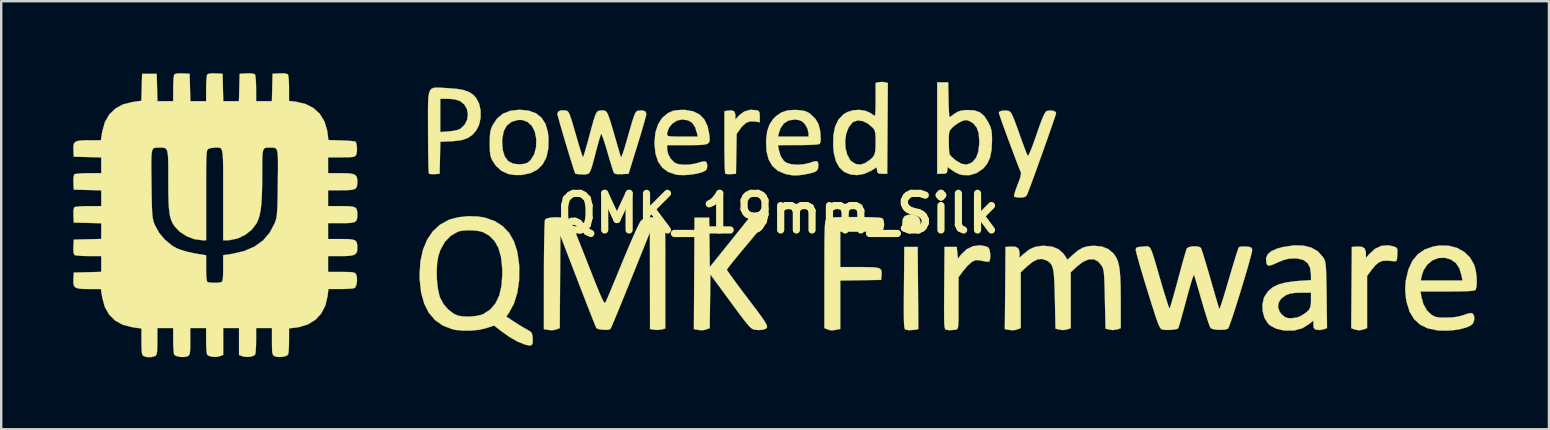
<source format=kicad_pcb>
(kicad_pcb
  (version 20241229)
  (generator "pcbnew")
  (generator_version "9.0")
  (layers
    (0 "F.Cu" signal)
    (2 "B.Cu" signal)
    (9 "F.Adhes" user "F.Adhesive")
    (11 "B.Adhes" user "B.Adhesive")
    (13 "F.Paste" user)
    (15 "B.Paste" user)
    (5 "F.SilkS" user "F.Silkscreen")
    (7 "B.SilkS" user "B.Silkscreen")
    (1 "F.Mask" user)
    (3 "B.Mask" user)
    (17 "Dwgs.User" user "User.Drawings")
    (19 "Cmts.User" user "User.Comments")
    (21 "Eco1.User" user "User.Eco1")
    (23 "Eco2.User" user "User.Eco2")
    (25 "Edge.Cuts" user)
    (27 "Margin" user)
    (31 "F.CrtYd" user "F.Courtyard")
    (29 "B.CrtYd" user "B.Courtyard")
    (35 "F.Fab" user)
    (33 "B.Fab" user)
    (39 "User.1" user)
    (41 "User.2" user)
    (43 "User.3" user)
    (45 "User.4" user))
  (footprint "QMK_19mm_Silk"
    (layer "F.Cu")
    (at 29.361 5.84)
    (property "Reference" "QMK_19mm_Silk" (at 0 0 0) (layer "F.SilkS") (effects (font (size 1.524 1.524) (thickness 0.3))))
    (attr through_hole)
    (fp_poly (pts (xy 5.843 4.814) (xy 5.728 4.845) (xy 5.462 4.866) (xy 5.321 4.842) (xy 5.296 4.83) (xy 5.277 4.801) (xy 5.262 4.746) (xy 5.252 4.654) (xy 5.245 4.515) (xy 5.241 4.319) (xy 5.239 4.056) (xy 5.24 3.714) (xy 5.243 3.286) (xy 5.244 3.108) (xy 5.258 1.397) (xy 5.817 1.397) (xy 5.843 4.814)) (stroke (width 0.01) (type solid)) (fill yes) (layer "F.SilkS"))
    (fp_poly (pts (xy 5.751 0.086) (xy 5.88 0.191) (xy 5.932 0.36) (xy 5.927 0.474) (xy 5.889 0.622) (xy 5.828 0.731) (xy 5.81 0.748) (xy 5.676 0.798) (xy 5.5 0.81) (xy 5.334 0.782) (xy 5.263 0.747) (xy 5.201 0.662) (xy 5.175 0.511) (xy 5.173 0.432) (xy 5.195 0.234) (xy 5.269 0.115) (xy 5.412 0.06) (xy 5.547 0.051) (xy 5.751 0.086)) (stroke (width 0.01) (type solid)) (fill yes) (layer "F.SilkS"))
    (fp_poly (pts (xy -0.896 -4.299) (xy -0.892 -4.298) (xy -0.812 -4.266) (xy -0.773 -4.203) (xy -0.762 -4.079) (xy -0.762 -4.031) (xy -0.762 -3.797) (xy -0.962 -3.829) (xy -1.171 -3.834) (xy -1.345 -3.765) (xy -1.507 -3.612) (xy -1.569 -3.531) (xy -1.725 -3.314) (xy -1.753 -1.651) (xy -1.958 -1.636) (xy -2.096 -1.635) (xy -2.187 -1.65) (xy -2.199 -1.657) (xy -2.209 -1.716) (xy -2.218 -1.862) (xy -2.225 -2.082) (xy -2.231 -2.361) (xy -2.234 -2.686) (xy -2.235 -2.974) (xy -2.235 -4.255) (xy -2.103 -4.281) (xy -1.925 -4.293) (xy -1.82 -4.243) (xy -1.779 -4.124) (xy -1.778 -4.084) (xy -1.778 -3.913) (xy -1.613 -4.093) (xy -1.408 -4.245) (xy -1.16 -4.316) (xy -0.896 -4.299)) (stroke (width 0.01) (type solid)) (fill yes) (layer "F.SilkS"))
    (fp_poly (pts (xy 25.649 1.377) (xy 25.741 1.415) (xy 25.787 1.463) (xy 25.802 1.553) (xy 25.796 1.713) (xy 25.796 1.72) (xy 25.785 1.882) (xy 25.764 1.966) (xy 25.721 1.994) (xy 25.654 1.991) (xy 25.384 1.967) (xy 25.184 1.978) (xy 25.027 2.037) (xy 24.884 2.157) (xy 24.726 2.348) (xy 24.682 2.408) (xy 24.536 2.606) (xy 24.536 4.778) (xy 24.406 4.827) (xy 24.211 4.871) (xy 24.021 4.836) (xy 23.99 4.824) (xy 23.875 4.778) (xy 23.901 1.397) (xy 24.121 1.381) (xy 24.314 1.389) (xy 24.43 1.453) (xy 24.481 1.583) (xy 24.487 1.67) (xy 24.488 1.854) (xy 24.627 1.693) (xy 24.869 1.474) (xy 25.135 1.351) (xy 25.418 1.327) (xy 25.649 1.377)) (stroke (width 0.01) (type solid)) (fill yes) (layer "F.SilkS"))
    (fp_poly (pts (xy 8.44 1.333) (xy 8.602 1.36) (xy 8.728 1.401) (xy 8.761 1.421) (xy 8.806 1.505) (xy 8.833 1.644) (xy 8.84 1.799) (xy 8.827 1.932) (xy 8.79 2.006) (xy 8.79 2.006) (xy 8.713 2.013) (xy 8.582 1.993) (xy 8.529 1.98) (xy 8.369 1.95) (xy 8.232 1.946) (xy 8.205 1.951) (xy 8.065 2.025) (xy 7.895 2.179) (xy 7.708 2.399) (xy 7.663 2.459) (xy 7.518 2.657) (xy 7.518 3.735) (xy 7.518 4.092) (xy 7.517 4.361) (xy 7.512 4.554) (xy 7.504 4.684) (xy 7.49 4.766) (xy 7.469 4.811) (xy 7.441 4.833) (xy 7.404 4.845) (xy 7.139 4.866) (xy 6.997 4.842) (xy 6.973 4.83) (xy 6.954 4.801) (xy 6.939 4.746) (xy 6.928 4.654) (xy 6.921 4.515) (xy 6.917 4.319) (xy 6.916 4.056) (xy 6.917 3.714) (xy 6.919 3.286) (xy 6.921 3.108) (xy 6.934 1.397) (xy 7.442 1.397) (xy 7.493 1.881) (xy 7.635 1.702) (xy 7.859 1.491) (xy 8.121 1.364) (xy 8.404 1.33) (xy 8.44 1.333)) (stroke (width 0.01) (type solid)) (fill yes) (layer "F.SilkS"))
    (fp_poly (pts (xy 3.599 0.154) (xy 3.91 0.161) (xy 4.134 0.171) (xy 4.279 0.187) (xy 4.352 0.208) (xy 4.359 0.213) (xy 4.403 0.314) (xy 4.418 0.462) (xy 4.402 0.608) (xy 4.359 0.701) (xy 4.291 0.727) (xy 4.144 0.745) (xy 3.91 0.756) (xy 3.583 0.762) (xy 3.444 0.762) (xy 2.591 0.762) (xy 2.591 2.235) (xy 3.397 2.235) (xy 3.727 2.237) (xy 3.968 2.245) (xy 4.135 2.264) (xy 4.239 2.299) (xy 4.294 2.355) (xy 4.313 2.437) (xy 4.31 2.55) (xy 4.309 2.575) (xy 4.293 2.769) (xy 2.591 2.796) (xy 2.591 4.813) (xy 2.432 4.845) (xy 2.277 4.87) (xy 2.167 4.865) (xy 2.05 4.826) (xy 2.045 4.824) (xy 1.93 4.778) (xy 1.93 2.545) (xy 1.931 2.004) (xy 1.932 1.555) (xy 1.934 1.19) (xy 1.938 0.9) (xy 1.944 0.676) (xy 1.952 0.509) (xy 1.962 0.39) (xy 1.975 0.31) (xy 1.991 0.26) (xy 2.01 0.232) (xy 2.05 0.205) (xy 2.119 0.185) (xy 2.228 0.171) (xy 2.391 0.161) (xy 2.621 0.155) (xy 2.931 0.153) (xy 3.194 0.152) (xy 3.599 0.154)) (stroke (width 0.01) (type solid)) (fill yes) (layer "F.SilkS"))
    (fp_poly (pts (xy -14.07 -5.237) (xy -13.877 -5.225) (xy -13.771 -5.219) (xy -13.391 -5.19) (xy -13.096 -5.137) (xy -12.869 -5.055) (xy -12.693 -4.937) (xy -12.579 -4.813) (xy -12.452 -4.57) (xy -12.39 -4.28) (xy -12.392 -3.972) (xy -12.459 -3.678) (xy -12.572 -3.456) (xy -12.739 -3.265) (xy -12.945 -3.132) (xy -13.207 -3.049) (xy -13.545 -3.009) (xy -13.6 -3.006) (xy -14.069 -2.985) (xy -14.083 -2.318) (xy -14.097 -1.651) (xy -14.302 -1.636) (xy -14.44 -1.635) (xy -14.531 -1.65) (xy -14.543 -1.657) (xy -14.552 -1.715) (xy -14.56 -1.862) (xy -14.567 -2.087) (xy -14.572 -2.377) (xy -14.577 -2.721) (xy -14.579 -3.106) (xy -14.58 -3.39) (xy -14.072 -3.39) (xy -13.718 -3.415) (xy -13.503 -3.442) (xy -13.326 -3.485) (xy -13.236 -3.524) (xy -13.057 -3.693) (xy -12.952 -3.901) (xy -12.92 -4.127) (xy -12.96 -4.348) (xy -13.072 -4.541) (xy -13.256 -4.685) (xy -13.259 -4.686) (xy -13.462 -4.75) (xy -13.728 -4.775) (xy -13.754 -4.775) (xy -14.072 -4.775) (xy -14.072 -3.39) (xy -14.58 -3.39) (xy -14.58 -3.41) (xy -14.581 -3.894) (xy -14.582 -4.286) (xy -14.578 -4.595) (xy -14.566 -4.831) (xy -14.54 -5.003) (xy -14.497 -5.12) (xy -14.433 -5.193) (xy -14.343 -5.231) (xy -14.224 -5.242) (xy -14.07 -5.237)) (stroke (width 0.01) (type solid)) (fill yes) (layer "F.SilkS"))
    (fp_poly (pts (xy -10.391 -4.281) (xy -10.089 -4.172) (xy -9.855 -3.989) (xy -9.689 -3.73) (xy -9.59 -3.395) (xy -9.561 -3.142) (xy -9.569 -2.707) (xy -9.65 -2.342) (xy -9.801 -2.048) (xy -10.024 -1.826) (xy -10.316 -1.677) (xy -10.677 -1.603) (xy -10.696 -1.601) (xy -10.954 -1.6) (xy -11.198 -1.633) (xy -11.242 -1.644) (xy -11.526 -1.776) (xy -11.763 -1.995) (xy -11.903 -2.21) (xy -11.956 -2.326) (xy -11.989 -2.454) (xy -12.006 -2.621) (xy -12.011 -2.855) (xy -12.011 -2.921) (xy -12.01 -2.983) (xy -11.494 -2.983) (xy -11.467 -2.632) (xy -11.382 -2.364) (xy -11.239 -2.178) (xy -11.035 -2.072) (xy -10.77 -2.044) (xy -10.723 -2.047) (xy -10.544 -2.07) (xy -10.423 -2.119) (xy -10.318 -2.212) (xy -10.306 -2.225) (xy -10.156 -2.468) (xy -10.078 -2.771) (xy -10.073 -3.111) (xy -10.136 -3.415) (xy -10.26 -3.652) (xy -10.437 -3.813) (xy -10.659 -3.892) (xy -10.841 -3.893) (xy -11.1 -3.817) (xy -11.295 -3.664) (xy -11.424 -3.434) (xy -11.487 -3.13) (xy -11.494 -2.983) (xy -12.01 -2.983) (xy -12.007 -3.175) (xy -11.992 -3.358) (xy -11.962 -3.5) (xy -11.911 -3.631) (xy -11.892 -3.672) (xy -11.705 -3.954) (xy -11.459 -4.155) (xy -11.152 -4.276) (xy -10.781 -4.318) (xy -10.764 -4.318) (xy -10.391 -4.281)) (stroke (width 0.01) (type solid)) (fill yes) (layer "F.SilkS"))
    (fp_poly (pts (xy -0.627 0.178) (xy -0.58 0.221) (xy -0.577 0.229) (xy -0.565 0.281) (xy -0.574 0.342) (xy -0.608 0.422) (xy -0.677 0.531) (xy -0.785 0.678) (xy -0.94 0.873) (xy -1.149 1.127) (xy -1.392 1.417) (xy -1.605 1.673) (xy -1.794 1.903) (xy -1.95 2.097) (xy -2.063 2.243) (xy -2.125 2.329) (xy -2.134 2.346) (xy -2.104 2.397) (xy -2.021 2.517) (xy -1.893 2.696) (xy -1.727 2.921) (xy -1.533 3.181) (xy -1.354 3.418) (xy -1.093 3.763) (xy -0.887 4.036) (xy -0.731 4.249) (xy -0.617 4.41) (xy -0.539 4.529) (xy -0.491 4.615) (xy -0.466 4.678) (xy -0.458 4.728) (xy -0.457 4.74) (xy -0.503 4.802) (xy -0.623 4.844) (xy -0.79 4.859) (xy -0.96 4.846) (xy -1.019 4.833) (xy -1.076 4.807) (xy -1.14 4.759) (xy -1.219 4.68) (xy -1.321 4.561) (xy -1.454 4.392) (xy -1.626 4.164) (xy -1.845 3.868) (xy -1.984 3.679) (xy -2.819 2.542) (xy -2.833 3.66) (xy -2.847 4.778) (xy -2.976 4.828) (xy -3.105 4.863) (xy -3.243 4.864) (xy -3.391 4.841) (xy -3.506 4.819) (xy -3.493 2.498) (xy -3.48 0.178) (xy -2.87 0.178) (xy -2.856 1.206) (xy -2.843 2.234) (xy -2.018 1.206) (xy -1.194 0.178) (xy -0.901 0.163) (xy -0.726 0.16) (xy -0.627 0.178)) (stroke (width 0.01) (type solid)) (fill yes) (layer "F.SilkS"))
    (fp_poly (pts (xy 4.446 -5.465) (xy 4.573 -5.433) (xy 4.56 -3.542) (xy 4.547 -1.651) (xy 4.343 -1.651) (xy 4.211 -1.659) (xy 4.149 -1.694) (xy 4.126 -1.777) (xy 4.125 -1.787) (xy 4.109 -1.922) (xy 3.871 -1.775) (xy 3.59 -1.648) (xy 3.29 -1.596) (xy 3.016 -1.621) (xy 2.755 -1.73) (xy 2.555 -1.912) (xy 2.412 -2.17) (xy 2.325 -2.509) (xy 2.296 -2.806) (xy 2.3 -3.035) (xy 2.797 -3.035) (xy 2.808 -2.739) (xy 2.874 -2.463) (xy 2.996 -2.236) (xy 3.049 -2.176) (xy 3.231 -2.059) (xy 3.436 -2.034) (xy 3.639 -2.103) (xy 3.659 -2.116) (xy 3.838 -2.242) (xy 3.955 -2.351) (xy 4.022 -2.469) (xy 4.054 -2.626) (xy 4.064 -2.846) (xy 4.064 -2.948) (xy 4.062 -3.181) (xy 4.052 -3.337) (xy 4.029 -3.44) (xy 3.99 -3.514) (xy 3.946 -3.567) (xy 3.737 -3.746) (xy 3.521 -3.849) (xy 3.315 -3.873) (xy 3.135 -3.813) (xy 3.089 -3.777) (xy 2.938 -3.581) (xy 2.84 -3.324) (xy 2.797 -3.035) (xy 2.3 -3.035) (xy 2.304 -3.249) (xy 2.376 -3.615) (xy 2.514 -3.906) (xy 2.717 -4.122) (xy 2.879 -4.22) (xy 3.121 -4.296) (xy 3.388 -4.314) (xy 3.643 -4.275) (xy 3.85 -4.181) (xy 3.859 -4.175) (xy 3.964 -4.102) (xy 4.031 -4.065) (xy 4.037 -4.064) (xy 4.047 -4.112) (xy 4.055 -4.242) (xy 4.061 -4.438) (xy 4.064 -4.679) (xy 4.064 -4.749) (xy 4.064 -5.434) (xy 4.191 -5.466) (xy 4.344 -5.478) (xy 4.446 -5.465)) (stroke (width 0.01) (type solid)) (fill yes) (layer "F.SilkS"))
    (fp_poly (pts (xy 0.823 -4.305) (xy 1.032 -4.283) (xy 1.178 -4.244) (xy 1.301 -4.175) (xy 1.362 -4.129) (xy 1.555 -3.94) (xy 1.679 -3.732) (xy 1.747 -3.474) (xy 1.767 -3.293) (xy 1.776 -3.088) (xy 1.765 -2.964) (xy 1.733 -2.9) (xy 1.722 -2.891) (xy 1.649 -2.876) (xy 1.493 -2.863) (xy 1.274 -2.853) (xy 1.009 -2.847) (xy 0.823 -2.846) (xy -0.005 -2.845) (xy 0.03 -2.654) (xy 0.11 -2.381) (xy 0.24 -2.192) (xy 0.362 -2.105) (xy 0.549 -2.048) (xy 0.793 -2.028) (xy 1.055 -2.045) (xy 1.297 -2.1) (xy 1.314 -2.106) (xy 1.497 -2.165) (xy 1.606 -2.178) (xy 1.659 -2.139) (xy 1.676 -2.042) (xy 1.676 -1.987) (xy 1.665 -1.871) (xy 1.618 -1.787) (xy 1.52 -1.724) (xy 1.353 -1.673) (xy 1.123 -1.626) (xy 0.841 -1.586) (xy 0.604 -1.587) (xy 0.361 -1.629) (xy 0.292 -1.647) (xy -0.006 -1.773) (xy -0.235 -1.973) (xy -0.393 -2.247) (xy -0.482 -2.594) (xy -0.5 -3.013) (xy -0.497 -3.069) (xy -0.481 -3.2) (xy -0.002 -3.2) (xy 1.27 -3.2) (xy 1.27 -3.33) (xy 1.229 -3.523) (xy 1.125 -3.712) (xy 1.005 -3.832) (xy 0.878 -3.886) (xy 0.717 -3.911) (xy 0.697 -3.912) (xy 0.44 -3.871) (xy 0.242 -3.75) (xy 0.101 -3.545) (xy 0.032 -3.34) (xy -0.002 -3.2) (xy -0.481 -3.2) (xy -0.454 -3.417) (xy -0.362 -3.694) (xy -0.211 -3.923) (xy -0.084 -4.051) (xy 0.135 -4.203) (xy 0.379 -4.288) (xy 0.673 -4.312) (xy 0.823 -4.305)) (stroke (width 0.01) (type solid)) (fill yes) (layer "F.SilkS"))
    (fp_poly (pts (xy 11.463 -4.275) (xy 11.558 -4.229) (xy 11.582 -4.181) (xy 11.566 -4.118) (xy 11.519 -3.974) (xy 11.447 -3.761) (xy 11.354 -3.493) (xy 11.246 -3.183) (xy 11.127 -2.846) (xy 11.002 -2.494) (xy 10.875 -2.141) (xy 10.752 -1.8) (xy 10.638 -1.485) (xy 10.537 -1.21) (xy 10.453 -0.988) (xy 10.393 -0.832) (xy 10.36 -0.756) (xy 10.293 -0.691) (xy 10.167 -0.663) (xy 10.085 -0.66) (xy 9.942 -0.67) (xy 9.848 -0.696) (xy 9.831 -0.709) (xy 9.836 -0.774) (xy 9.874 -0.909) (xy 9.938 -1.091) (xy 9.979 -1.197) (xy 10.069 -1.433) (xy 10.114 -1.595) (xy 10.119 -1.696) (xy 10.109 -1.728) (xy 10.074 -1.807) (xy 10.012 -1.963) (xy 9.929 -2.178) (xy 9.831 -2.437) (xy 9.723 -2.724) (xy 9.611 -3.024) (xy 9.502 -3.321) (xy 9.401 -3.598) (xy 9.314 -3.84) (xy 9.247 -4.032) (xy 9.206 -4.157) (xy 9.195 -4.198) (xy 9.239 -4.251) (xy 9.35 -4.282) (xy 9.492 -4.287) (xy 9.593 -4.271) (xy 9.644 -4.25) (xy 9.69 -4.207) (xy 9.739 -4.13) (xy 9.797 -4.004) (xy 9.871 -3.816) (xy 9.967 -3.554) (xy 10.039 -3.351) (xy 10.141 -3.066) (xy 10.234 -2.812) (xy 10.312 -2.605) (xy 10.368 -2.462) (xy 10.396 -2.4) (xy 10.428 -2.42) (xy 10.488 -2.536) (xy 10.574 -2.749) (xy 10.687 -3.057) (xy 10.764 -3.279) (xy 10.882 -3.618) (xy 10.976 -3.872) (xy 11.05 -4.053) (xy 11.109 -4.171) (xy 11.158 -4.239) (xy 11.198 -4.266) (xy 11.331 -4.29) (xy 11.463 -4.275)) (stroke (width 0.01) (type solid)) (fill yes) (layer "F.SilkS"))
    (fp_poly (pts (xy -3.863 -4.31) (xy -3.532 -4.252) (xy -3.268 -4.121) (xy -3.069 -3.913) (xy -2.935 -3.627) (xy -2.865 -3.29) (xy -2.849 -3.136) (xy -2.851 -3.023) (xy -2.884 -2.944) (xy -2.959 -2.892) (xy -3.091 -2.863) (xy -3.291 -2.849) (xy -3.572 -2.845) (xy -3.791 -2.845) (xy -4.623 -2.845) (xy -4.623 -2.68) (xy -4.58 -2.476) (xy -4.469 -2.274) (xy -4.313 -2.117) (xy -4.298 -2.107) (xy -4.143 -2.05) (xy -3.926 -2.027) (xy -3.677 -2.037) (xy -3.43 -2.08) (xy -3.332 -2.109) (xy -3.178 -2.152) (xy -3.056 -2.169) (xy -3.018 -2.164) (xy -2.966 -2.098) (xy -2.948 -1.981) (xy -2.966 -1.861) (xy -3.01 -1.792) (xy -3.154 -1.72) (xy -3.368 -1.66) (xy -3.623 -1.618) (xy -3.887 -1.597) (xy -4.129 -1.6) (xy -4.267 -1.62) (xy -4.58 -1.729) (xy -4.822 -1.908) (xy -4.997 -2.158) (xy -5.104 -2.483) (xy -5.146 -2.884) (xy -5.147 -2.972) (xy -5.115 -3.305) (xy -4.623 -3.305) (xy -4.618 -3.261) (xy -4.591 -3.232) (xy -4.526 -3.214) (xy -4.407 -3.205) (xy -4.217 -3.201) (xy -3.982 -3.2) (xy -3.342 -3.2) (xy -3.374 -3.34) (xy -3.461 -3.604) (xy -3.583 -3.779) (xy -3.753 -3.878) (xy -3.983 -3.911) (xy -4.004 -3.912) (xy -4.214 -3.866) (xy -4.402 -3.744) (xy -4.545 -3.57) (xy -4.618 -3.368) (xy -4.623 -3.305) (xy -5.115 -3.305) (xy -5.109 -3.37) (xy -5.001 -3.708) (xy -4.828 -3.979) (xy -4.592 -4.177) (xy -4.394 -4.267) (xy -4.242 -4.297) (xy -4.038 -4.312) (xy -3.863 -4.31)) (stroke (width 0.01) (type solid)) (fill yes) (layer "F.SilkS"))
    (fp_poly (pts (xy 27.929 1.345) (xy 28.277 1.434) (xy 28.577 1.598) (xy 28.818 1.829) (xy 28.987 2.12) (xy 29.027 2.232) (xy 29.072 2.436) (xy 29.099 2.66) (xy 29.106 2.877) (xy 29.093 3.057) (xy 29.06 3.174) (xy 29.047 3.19) (xy 28.99 3.212) (xy 28.862 3.229) (xy 28.656 3.241) (xy 28.365 3.248) (xy 27.982 3.251) (xy 27.875 3.251) (xy 26.763 3.251) (xy 26.797 3.467) (xy 26.883 3.78) (xy 27.027 4.038) (xy 27.212 4.216) (xy 27.318 4.28) (xy 27.426 4.318) (xy 27.565 4.336) (xy 27.768 4.341) (xy 27.835 4.341) (xy 28.144 4.327) (xy 28.398 4.282) (xy 28.571 4.228) (xy 28.757 4.167) (xy 28.874 4.15) (xy 28.939 4.173) (xy 28.995 4.276) (xy 29.001 4.425) (xy 28.957 4.571) (xy 28.855 4.667) (xy 28.673 4.75) (xy 28.429 4.816) (xy 28.145 4.862) (xy 27.839 4.883) (xy 27.533 4.876) (xy 27.441 4.867) (xy 27.057 4.785) (xy 26.742 4.631) (xy 26.494 4.402) (xy 26.31 4.097) (xy 26.188 3.711) (xy 26.156 3.533) (xy 26.125 3.201) (xy 26.14 2.882) (xy 26.152 2.794) (xy 26.774 2.794) (xy 28.51 2.794) (xy 28.475 2.603) (xy 28.383 2.294) (xy 28.234 2.066) (xy 28.025 1.918) (xy 27.77 1.847) (xy 27.501 1.858) (xy 27.253 1.958) (xy 27.043 2.133) (xy 26.886 2.372) (xy 26.804 2.629) (xy 26.774 2.794) (xy 26.152 2.794) (xy 26.155 2.769) (xy 26.258 2.333) (xy 26.423 1.976) (xy 26.652 1.698) (xy 26.946 1.498) (xy 27.306 1.375) (xy 27.548 1.338) (xy 27.929 1.345)) (stroke (width 0.01) (type solid)) (fill yes) (layer "F.SilkS"))
    (fp_poly (pts (xy 7.101 -4.737) (xy 7.108 -4.479) (xy 7.117 -4.262) (xy 7.127 -4.103) (xy 7.138 -4.021) (xy 7.142 -4.013) (xy 7.196 -4.041) (xy 7.298 -4.112) (xy 7.351 -4.152) (xy 7.481 -4.234) (xy 7.622 -4.281) (xy 7.815 -4.303) (xy 7.868 -4.306) (xy 8.168 -4.293) (xy 8.401 -4.214) (xy 8.588 -4.058) (xy 8.749 -3.812) (xy 8.76 -3.79) (xy 8.835 -3.633) (xy 8.88 -3.497) (xy 8.904 -3.346) (xy 8.912 -3.144) (xy 8.912 -3.029) (xy 8.893 -2.638) (xy 8.829 -2.325) (xy 8.716 -2.076) (xy 8.55 -1.874) (xy 8.535 -1.861) (xy 8.268 -1.68) (xy 7.978 -1.592) (xy 7.68 -1.6) (xy 7.544 -1.636) (xy 7.398 -1.704) (xy 7.244 -1.799) (xy 7.23 -1.81) (xy 7.068 -1.93) (xy 7.052 -1.791) (xy 7.031 -1.7) (xy 6.974 -1.661) (xy 6.851 -1.651) (xy 6.833 -1.651) (xy 6.629 -1.651) (xy 6.629 -2.991) (xy 7.112 -2.991) (xy 7.116 -2.78) (xy 7.125 -2.602) (xy 7.138 -2.486) (xy 7.144 -2.465) (xy 7.2 -2.39) (xy 7.311 -2.284) (xy 7.405 -2.207) (xy 7.631 -2.072) (xy 7.834 -2.034) (xy 8.022 -2.091) (xy 8.115 -2.156) (xy 8.251 -2.323) (xy 8.338 -2.557) (xy 8.378 -2.87) (xy 8.382 -3.029) (xy 8.356 -3.343) (xy 8.274 -3.58) (xy 8.133 -3.749) (xy 8.014 -3.825) (xy 7.887 -3.88) (xy 7.79 -3.887) (xy 7.667 -3.848) (xy 7.637 -3.835) (xy 7.471 -3.744) (xy 7.307 -3.622) (xy 7.277 -3.594) (xy 7.198 -3.513) (xy 7.149 -3.439) (xy 7.123 -3.344) (xy 7.114 -3.203) (xy 7.112 -2.991) (xy 6.629 -2.991) (xy 6.629 -5.461) (xy 7.087 -5.461) (xy 7.101 -4.737)) (stroke (width 0.01) (type solid)) (fill yes) (layer "F.SilkS"))
    (fp_poly (pts (xy 13.489 1.38) (xy 13.755 1.484) (xy 13.967 1.664) (xy 14.005 1.71) (xy 14.085 1.832) (xy 14.148 1.974) (xy 14.196 2.147) (xy 14.231 2.367) (xy 14.254 2.644) (xy 14.268 2.992) (xy 14.273 3.423) (xy 14.274 3.621) (xy 14.275 4.778) (xy 14.135 4.832) (xy 13.947 4.861) (xy 13.818 4.843) (xy 13.64 4.801) (xy 13.614 3.581) (xy 13.606 3.193) (xy 13.597 2.893) (xy 13.587 2.667) (xy 13.574 2.501) (xy 13.557 2.381) (xy 13.535 2.293) (xy 13.507 2.225) (xy 13.485 2.184) (xy 13.332 2) (xy 13.148 1.91) (xy 12.937 1.916) (xy 12.702 2.017) (xy 12.448 2.213) (xy 12.44 2.221) (xy 12.192 2.452) (xy 12.192 4.778) (xy 12.052 4.832) (xy 11.864 4.861) (xy 11.735 4.843) (xy 11.557 4.801) (xy 11.532 3.581) (xy 11.521 3.155) (xy 11.508 2.818) (xy 11.49 2.558) (xy 11.464 2.362) (xy 11.427 2.219) (xy 11.376 2.116) (xy 11.309 2.041) (xy 11.223 1.981) (xy 11.169 1.952) (xy 10.988 1.895) (xy 10.803 1.917) (xy 10.6 2.022) (xy 10.391 2.191) (xy 10.109 2.449) (xy 10.109 4.778) (xy 9.979 4.827) (xy 9.849 4.863) (xy 9.711 4.864) (xy 9.562 4.841) (xy 9.447 4.819) (xy 9.461 3.108) (xy 9.474 1.397) (xy 9.694 1.381) (xy 9.887 1.389) (xy 10.003 1.453) (xy 10.053 1.583) (xy 10.058 1.667) (xy 10.058 1.849) (xy 10.223 1.692) (xy 10.465 1.501) (xy 10.713 1.392) (xy 11.004 1.35) (xy 11.074 1.349) (xy 11.411 1.383) (xy 11.68 1.49) (xy 11.885 1.672) (xy 11.933 1.739) (xy 12.056 1.929) (xy 12.27 1.731) (xy 12.496 1.542) (xy 12.7 1.425) (xy 12.915 1.365) (xy 13.157 1.348) (xy 13.489 1.38)) (stroke (width 0.01) (type solid)) (fill yes) (layer "F.SilkS"))
    (fp_poly (pts (xy 21.879 1.34) (xy 22.217 1.426) (xy 22.493 1.588) (xy 22.704 1.825) (xy 22.745 1.894) (xy 22.773 1.955) (xy 22.794 2.035) (xy 22.811 2.145) (xy 22.824 2.299) (xy 22.834 2.51) (xy 22.841 2.789) (xy 22.848 3.15) (xy 22.851 3.416) (xy 22.867 4.775) (xy 22.728 4.828) (xy 22.571 4.857) (xy 22.445 4.849) (xy 22.347 4.813) (xy 22.307 4.74) (xy 22.301 4.64) (xy 22.301 4.461) (xy 22.139 4.598) (xy 21.845 4.781) (xy 21.506 4.875) (xy 21.118 4.879) (xy 21.055 4.872) (xy 20.745 4.799) (xy 20.502 4.671) (xy 20.411 4.588) (xy 20.267 4.36) (xy 20.188 4.084) (xy 20.181 3.909) (xy 20.828 3.909) (xy 20.897 4.103) (xy 20.984 4.212) (xy 21.108 4.315) (xy 21.235 4.36) (xy 21.378 4.369) (xy 21.638 4.33) (xy 21.793 4.262) (xy 21.989 4.135) (xy 22.11 4.024) (xy 22.173 3.901) (xy 22.197 3.739) (xy 22.2 3.623) (xy 22.2 3.302) (xy 21.784 3.302) (xy 21.523 3.311) (xy 21.329 3.341) (xy 21.168 3.399) (xy 21.157 3.404) (xy 20.962 3.542) (xy 20.851 3.717) (xy 20.828 3.909) (xy 20.181 3.909) (xy 20.177 3.794) (xy 20.238 3.523) (xy 20.267 3.459) (xy 20.408 3.247) (xy 20.595 3.082) (xy 20.841 2.96) (xy 21.157 2.876) (xy 21.557 2.822) (xy 21.702 2.811) (xy 22.2 2.779) (xy 22.199 2.545) (xy 22.164 2.271) (xy 22.061 2.071) (xy 21.887 1.941) (xy 21.637 1.879) (xy 21.492 1.873) (xy 21.261 1.889) (xy 21.049 1.943) (xy 20.843 2.029) (xy 20.633 2.123) (xy 20.495 2.17) (xy 20.411 2.17) (xy 20.364 2.126) (xy 20.342 2.063) (xy 20.327 1.866) (xy 20.394 1.704) (xy 20.548 1.572) (xy 20.793 1.465) (xy 21.031 1.401) (xy 21.482 1.331) (xy 21.879 1.34)) (stroke (width 0.01) (type solid)) (fill yes) (layer "F.SilkS"))
    (fp_poly (pts (xy -12.511 0.127) (xy -12.226 0.173) (xy -11.816 0.313) (xy -11.475 0.526) (xy -11.203 0.812) (xy -10.998 1.172) (xy -10.86 1.608) (xy -10.788 2.121) (xy -10.781 2.229) (xy -10.787 2.791) (xy -10.861 3.302) (xy -11.001 3.752) (xy -11.203 4.131) (xy -11.222 4.158) (xy -11.321 4.298) (xy -11.007 4.506) (xy -10.812 4.63) (xy -10.612 4.751) (xy -10.465 4.834) (xy -10.329 4.911) (xy -10.26 4.984) (xy -10.231 5.09) (xy -10.221 5.214) (xy -10.221 5.389) (xy -10.26 5.482) (xy -10.354 5.504) (xy -10.52 5.469) (xy -10.552 5.46) (xy -10.858 5.336) (xy -11.206 5.134) (xy -11.542 4.894) (xy -11.831 4.671) (xy -12.148 4.777) (xy -12.428 4.843) (xy -12.762 4.879) (xy -13.108 4.883) (xy -13.424 4.855) (xy -13.57 4.824) (xy -13.963 4.671) (xy -14.289 4.442) (xy -14.549 4.137) (xy -14.742 3.755) (xy -14.868 3.297) (xy -14.927 2.762) (xy -14.933 2.54) (xy -14.925 2.418) (xy -14.221 2.418) (xy -14.21 2.778) (xy -14.172 3.123) (xy -14.109 3.418) (xy -14.076 3.516) (xy -13.935 3.777) (xy -13.737 4.006) (xy -13.506 4.18) (xy -13.32 4.26) (xy -13.106 4.294) (xy -12.846 4.298) (xy -12.583 4.273) (xy -12.358 4.223) (xy -12.28 4.193) (xy -11.994 4.008) (xy -11.773 3.751) (xy -11.615 3.422) (xy -11.52 3.017) (xy -11.486 2.533) (xy -11.491 2.273) (xy -11.54 1.818) (xy -11.646 1.445) (xy -11.81 1.149) (xy -12.036 0.923) (xy -12.287 0.781) (xy -12.464 0.734) (xy -12.699 0.707) (xy -12.951 0.703) (xy -13.18 0.722) (xy -13.335 0.759) (xy -13.637 0.933) (xy -13.882 1.187) (xy -14.066 1.52) (xy -14.155 1.791) (xy -14.203 2.077) (xy -14.221 2.418) (xy -14.925 2.418) (xy -14.898 1.998) (xy -14.792 1.515) (xy -14.619 1.096) (xy -14.381 0.745) (xy -14.081 0.469) (xy -13.722 0.271) (xy -13.68 0.254) (xy -13.321 0.159) (xy -12.917 0.116) (xy -12.511 0.127)) (stroke (width 0.01) (type solid)) (fill yes) (layer "F.SilkS"))
    (fp_poly (pts (xy -4.927 0.151) (xy -4.858 0.173) (xy -4.804 0.223) (xy -4.764 0.309) (xy -4.736 0.438) (xy -4.717 0.62) (xy -4.705 0.863) (xy -4.7 1.174) (xy -4.698 1.563) (xy -4.699 2.038) (xy -4.699 2.545) (xy -4.699 4.793) (xy -4.851 4.834) (xy -5.016 4.855) (xy -5.169 4.845) (xy -5.334 4.815) (xy -5.338 0.787) (xy -6.141 2.782) (xy -6.313 3.207) (xy -6.474 3.603) (xy -6.62 3.96) (xy -6.747 4.268) (xy -6.85 4.516) (xy -6.927 4.696) (xy -6.972 4.796) (xy -6.982 4.814) (xy -7.062 4.842) (xy -7.2 4.85) (xy -7.356 4.84) (xy -7.492 4.815) (xy -7.567 4.778) (xy -7.569 4.775) (xy -7.596 4.714) (xy -7.655 4.569) (xy -7.743 4.35) (xy -7.854 4.067) (xy -7.985 3.732) (xy -8.131 3.355) (xy -8.289 2.946) (xy -8.34 2.815) (xy -9.068 0.923) (xy -9.081 2.851) (xy -9.094 4.778) (xy -9.224 4.827) (xy -9.354 4.863) (xy -9.492 4.864) (xy -9.639 4.841) (xy -9.754 4.819) (xy -9.753 2.575) (xy -9.752 2.105) (xy -9.749 1.665) (xy -9.744 1.267) (xy -9.738 0.919) (xy -9.731 0.634) (xy -9.722 0.422) (xy -9.713 0.293) (xy -9.707 0.259) (xy -9.625 0.208) (xy -9.472 0.175) (xy -9.28 0.161) (xy -9.078 0.169) (xy -8.902 0.2) (xy -8.838 0.217) (xy -8.784 0.237) (xy -8.734 0.267) (xy -8.684 0.318) (xy -8.631 0.397) (xy -8.569 0.514) (xy -8.494 0.677) (xy -8.401 0.895) (xy -8.287 1.176) (xy -8.146 1.53) (xy -7.975 1.965) (xy -7.872 2.226) (xy -7.702 2.656) (xy -7.565 3) (xy -7.456 3.266) (xy -7.372 3.463) (xy -7.309 3.598) (xy -7.263 3.682) (xy -7.23 3.721) (xy -7.205 3.725) (xy -7.186 3.702) (xy -7.184 3.699) (xy -7.151 3.625) (xy -7.084 3.469) (xy -6.989 3.242) (xy -6.87 2.958) (xy -6.733 2.627) (xy -6.583 2.263) (xy -6.478 2.007) (xy -6.307 1.596) (xy -6.148 1.223) (xy -6.006 0.9) (xy -5.886 0.636) (xy -5.791 0.442) (xy -5.727 0.327) (xy -5.711 0.306) (xy -5.624 0.235) (xy -5.515 0.193) (xy -5.352 0.17) (xy -5.246 0.163) (xy -5.119 0.154) (xy -5.013 0.147) (xy -4.927 0.151)) (stroke (width 0.01) (type solid)) (fill yes) (layer "F.SilkS"))
    (fp_poly (pts (xy -7.223 -4.279) (xy -7.176 -4.256) (xy -7.133 -4.211) (xy -7.09 -4.131) (xy -7.04 -4.003) (xy -6.978 -3.813) (xy -6.899 -3.548) (xy -6.834 -3.325) (xy -6.75 -3.032) (xy -6.674 -2.771) (xy -6.612 -2.557) (xy -6.568 -2.408) (xy -6.547 -2.34) (xy -6.525 -2.36) (xy -6.482 -2.462) (xy -6.424 -2.631) (xy -6.356 -2.854) (xy -6.328 -2.95) (xy -6.217 -3.34) (xy -6.129 -3.644) (xy -6.061 -3.872) (xy -6.007 -4.035) (xy -5.963 -4.146) (xy -5.926 -4.215) (xy -5.89 -4.253) (xy -5.851 -4.272) (xy -5.811 -4.281) (xy -5.632 -4.29) (xy -5.521 -4.239) (xy -5.487 -4.147) (xy -5.502 -4.07) (xy -5.543 -3.91) (xy -5.607 -3.683) (xy -5.688 -3.403) (xy -5.784 -3.086) (xy -5.858 -2.845) (xy -6.228 -1.651) (xy -6.515 -1.636) (xy -6.687 -1.633) (xy -6.786 -1.651) (xy -6.839 -1.697) (xy -6.847 -1.712) (xy -6.876 -1.791) (xy -6.927 -1.948) (xy -6.993 -2.165) (xy -7.069 -2.423) (xy -7.114 -2.578) (xy -7.191 -2.837) (xy -7.261 -3.055) (xy -7.318 -3.215) (xy -7.357 -3.303) (xy -7.37 -3.314) (xy -7.394 -3.254) (xy -7.438 -3.114) (xy -7.495 -2.912) (xy -7.562 -2.668) (xy -7.589 -2.565) (xy -7.674 -2.24) (xy -7.739 -2) (xy -7.793 -1.832) (xy -7.842 -1.724) (xy -7.895 -1.661) (xy -7.958 -1.633) (xy -8.041 -1.625) (xy -8.149 -1.626) (xy -8.307 -1.632) (xy -8.417 -1.649) (xy -8.449 -1.664) (xy -8.476 -1.734) (xy -8.526 -1.884) (xy -8.593 -2.097) (xy -8.674 -2.358) (xy -8.763 -2.649) (xy -8.855 -2.955) (xy -8.945 -3.258) (xy -9.028 -3.542) (xy -9.099 -3.791) (xy -9.154 -3.988) (xy -9.187 -4.116) (xy -9.195 -4.158) (xy -9.151 -4.247) (xy -9.033 -4.294) (xy -8.861 -4.289) (xy -8.84 -4.285) (xy -8.792 -4.271) (xy -8.751 -4.241) (xy -8.711 -4.182) (xy -8.667 -4.081) (xy -8.614 -3.925) (xy -8.545 -3.701) (xy -8.457 -3.395) (xy -8.429 -3.298) (xy -8.343 -3.003) (xy -8.265 -2.745) (xy -8.201 -2.539) (xy -8.153 -2.398) (xy -8.128 -2.338) (xy -8.126 -2.337) (xy -8.106 -2.384) (xy -8.064 -2.514) (xy -8.005 -2.712) (xy -7.934 -2.963) (xy -7.856 -3.253) (xy -7.848 -3.282) (xy -7.758 -3.614) (xy -7.689 -3.86) (xy -7.634 -4.034) (xy -7.588 -4.149) (xy -7.546 -4.22) (xy -7.504 -4.259) (xy -7.473 -4.275) (xy -7.323 -4.295) (xy -7.223 -4.279)) (stroke (width 0.01) (type solid)) (fill yes) (layer "F.SilkS"))
    (fp_poly (pts (xy 15.422 1.377) (xy 15.471 1.408) (xy 15.518 1.471) (xy 15.566 1.578) (xy 15.622 1.737) (xy 15.691 1.959) (xy 15.777 2.254) (xy 15.887 2.633) (xy 15.934 2.797) (xy 16.03 3.123) (xy 16.119 3.414) (xy 16.195 3.656) (xy 16.254 3.836) (xy 16.293 3.941) (xy 16.306 3.962) (xy 16.327 3.915) (xy 16.371 3.783) (xy 16.431 3.58) (xy 16.506 3.317) (xy 16.591 3.01) (xy 16.659 2.756) (xy 16.75 2.417) (xy 16.835 2.108) (xy 16.909 1.842) (xy 16.969 1.636) (xy 17.01 1.503) (xy 17.026 1.46) (xy 17.103 1.406) (xy 17.24 1.375) (xy 17.398 1.37) (xy 17.536 1.391) (xy 17.612 1.435) (xy 17.639 1.5) (xy 17.689 1.648) (xy 17.757 1.867) (xy 17.84 2.141) (xy 17.933 2.456) (xy 18.008 2.718) (xy 18.105 3.055) (xy 18.193 3.359) (xy 18.269 3.619) (xy 18.328 3.818) (xy 18.367 3.945) (xy 18.381 3.983) (xy 18.401 3.949) (xy 18.445 3.83) (xy 18.509 3.637) (xy 18.588 3.382) (xy 18.68 3.078) (xy 18.779 2.741) (xy 18.881 2.395) (xy 18.975 2.08) (xy 19.058 1.811) (xy 19.125 1.601) (xy 19.173 1.462) (xy 19.196 1.409) (xy 19.268 1.386) (xy 19.404 1.378) (xy 19.487 1.381) (xy 19.638 1.396) (xy 19.714 1.427) (xy 19.744 1.488) (xy 19.749 1.524) (xy 19.738 1.602) (xy 19.699 1.761) (xy 19.638 1.988) (xy 19.559 2.267) (xy 19.466 2.584) (xy 19.364 2.925) (xy 19.257 3.276) (xy 19.15 3.621) (xy 19.046 3.948) (xy 18.951 4.241) (xy 18.868 4.486) (xy 18.802 4.669) (xy 18.758 4.775) (xy 18.747 4.794) (xy 18.655 4.832) (xy 18.501 4.849) (xy 18.323 4.847) (xy 18.157 4.827) (xy 18.04 4.791) (xy 18.017 4.773) (xy 17.983 4.704) (xy 17.928 4.552) (xy 17.856 4.333) (xy 17.772 4.064) (xy 17.682 3.758) (xy 17.653 3.658) (xy 17.563 3.346) (xy 17.482 3.065) (xy 17.413 2.832) (xy 17.361 2.66) (xy 17.331 2.567) (xy 17.326 2.555) (xy 17.306 2.584) (xy 17.264 2.699) (xy 17.204 2.887) (xy 17.132 3.135) (xy 17.05 3.43) (xy 16.999 3.622) (xy 16.912 3.946) (xy 16.832 4.237) (xy 16.763 4.481) (xy 16.709 4.663) (xy 16.674 4.769) (xy 16.665 4.789) (xy 16.589 4.821) (xy 16.447 4.843) (xy 16.277 4.854) (xy 16.115 4.852) (xy 16.003 4.834) (xy 15.966 4.817) (xy 15.93 4.783) (xy 15.892 4.721) (xy 15.846 4.621) (xy 15.79 4.474) (xy 15.72 4.27) (xy 15.632 3.998) (xy 15.522 3.65) (xy 15.386 3.214) (xy 15.381 3.198) (xy 15.262 2.81) (xy 15.154 2.45) (xy 15.06 2.13) (xy 14.985 1.862) (xy 14.931 1.659) (xy 14.902 1.533) (xy 14.898 1.499) (xy 14.919 1.439) (xy 14.983 1.405) (xy 15.113 1.387) (xy 15.202 1.382) (xy 15.292 1.374) (xy 15.364 1.37) (xy 15.422 1.377)) (stroke (width 0.01) (type solid)) (fill yes) (layer "F.SilkS"))
    (fp_poly (pts (xy -23.439 -5.832) (xy -23.139 -5.817) (xy -23.125 -5.245) (xy -23.111 -4.674) (xy -22.457 -4.674) (xy -22.428 -5.817) (xy -22.128 -5.832) (xy -21.924 -5.832) (xy -21.81 -5.803) (xy -21.786 -5.781) (xy -21.768 -5.705) (xy -21.754 -5.552) (xy -21.745 -5.347) (xy -21.743 -5.194) (xy -21.742 -4.674) (xy -21.085 -4.674) (xy -21.057 -5.817) (xy -20.757 -5.832) (xy -20.552 -5.832) (xy -20.438 -5.803) (xy -20.414 -5.781) (xy -20.397 -5.705) (xy -20.382 -5.552) (xy -20.373 -5.347) (xy -20.372 -5.2) (xy -20.371 -4.685) (xy -20.079 -4.65) (xy -19.683 -4.557) (xy -19.351 -4.388) (xy -19.087 -4.144) (xy -18.896 -3.833) (xy -18.783 -3.458) (xy -18.766 -3.34) (xy -18.732 -3.057) (xy -18.184 -3.04) (xy -17.957 -3.03) (xy -17.77 -3.016) (xy -17.644 -3.001) (xy -17.602 -2.989) (xy -17.563 -2.899) (xy -17.542 -2.752) (xy -17.542 -2.594) (xy -17.564 -2.467) (xy -17.573 -2.446) (xy -17.606 -2.398) (xy -17.656 -2.366) (xy -17.743 -2.348) (xy -17.887 -2.339) (xy -18.107 -2.337) (xy -18.188 -2.337) (xy -18.745 -2.337) (xy -18.745 -1.676) (xy -18.215 -1.676) (xy -17.936 -1.671) (xy -17.744 -1.65) (xy -17.621 -1.605) (xy -17.555 -1.53) (xy -17.529 -1.417) (xy -17.526 -1.339) (xy -17.532 -1.187) (xy -17.561 -1.082) (xy -17.629 -1.017) (xy -17.752 -0.982) (xy -17.947 -0.968) (xy -18.188 -0.965) (xy -18.745 -0.965) (xy -18.745 -0.305) (xy -18.188 -0.305) (xy -17.918 -0.301) (xy -17.733 -0.285) (xy -17.618 -0.247) (xy -17.555 -0.179) (xy -17.53 -0.072) (xy -17.526 0.051) (xy -17.533 0.196) (xy -17.563 0.295) (xy -17.634 0.357) (xy -17.761 0.391) (xy -17.96 0.404) (xy -18.188 0.406) (xy -18.745 0.406) (xy -18.745 1.067) (xy -18.188 1.067) (xy -17.918 1.07) (xy -17.733 1.087) (xy -17.618 1.125) (xy -17.556 1.195) (xy -17.53 1.304) (xy -17.526 1.441) (xy -17.537 1.577) (xy -17.581 1.672) (xy -17.672 1.731) (xy -17.825 1.764) (xy -18.057 1.777) (xy -18.215 1.778) (xy -18.745 1.778) (xy -18.745 2.438) (xy -18.188 2.438) (xy -17.942 2.44) (xy -17.778 2.446) (xy -17.677 2.461) (xy -17.618 2.489) (xy -17.582 2.531) (xy -17.573 2.547) (xy -17.541 2.671) (xy -17.541 2.83) (xy -17.568 2.983) (xy -17.618 3.089) (xy -17.636 3.105) (xy -17.714 3.123) (xy -17.867 3.138) (xy -18.071 3.147) (xy -18.218 3.149) (xy -18.731 3.15) (xy -18.765 3.438) (xy -18.856 3.832) (xy -19.026 4.164) (xy -19.27 4.429) (xy -19.583 4.622) (xy -19.959 4.737) (xy -20.083 4.755) (xy -20.371 4.789) (xy -20.372 5.303) (xy -20.376 5.527) (xy -20.387 5.716) (xy -20.403 5.845) (xy -20.415 5.884) (xy -20.499 5.94) (xy -20.643 5.974) (xy -20.805 5.983) (xy -20.943 5.96) (xy -20.973 5.948) (xy -21.021 5.915) (xy -21.052 5.864) (xy -21.071 5.777) (xy -21.079 5.633) (xy -21.082 5.413) (xy -21.082 5.332) (xy -21.082 4.775) (xy -21.742 4.775) (xy -21.743 5.296) (xy -21.747 5.521) (xy -21.758 5.711) (xy -21.773 5.841) (xy -21.785 5.882) (xy -21.874 5.942) (xy -22.021 5.975) (xy -22.187 5.977) (xy -22.314 5.949) (xy -22.454 5.895) (xy -22.454 4.775) (xy -23.114 4.775) (xy -23.114 5.895) (xy -23.254 5.949) (xy -23.404 5.979) (xy -23.57 5.972) (xy -23.711 5.935) (xy -23.782 5.882) (xy -23.8 5.806) (xy -23.814 5.653) (xy -23.822 5.449) (xy -23.824 5.296) (xy -23.825 4.775) (xy -24.486 4.775) (xy -24.486 5.332) (xy -24.487 5.578) (xy -24.494 5.742) (xy -24.509 5.844) (xy -24.536 5.903) (xy -24.579 5.939) (xy -24.595 5.948) (xy -24.719 5.98) (xy -24.878 5.98) (xy -25.031 5.952) (xy -25.136 5.902) (xy -25.153 5.884) (xy -25.171 5.807) (xy -25.185 5.654) (xy -25.194 5.449) (xy -25.196 5.296) (xy -25.197 4.775) (xy -25.857 4.775) (xy -25.857 5.332) (xy -25.859 5.58) (xy -25.866 5.745) (xy -25.882 5.847) (xy -25.91 5.906) (xy -25.952 5.94) (xy -25.955 5.942) (xy -26.118 5.987) (xy -26.303 5.982) (xy -26.429 5.94) (xy -26.469 5.903) (xy -26.495 5.835) (xy -26.51 5.718) (xy -26.516 5.533) (xy -26.518 5.342) (xy -26.518 4.795) (xy -26.902 4.74) (xy -27.291 4.64) (xy -27.613 4.464) (xy -27.865 4.214) (xy -28.046 3.894) (xy -28.149 3.518) (xy -28.209 3.15) (xy -28.7 3.15) (xy -28.973 3.145) (xy -29.16 3.125) (xy -29.276 3.081) (xy -29.336 3.001) (xy -29.356 2.879) (xy -29.353 2.742) (xy -29.337 2.464) (xy -28.194 2.435) (xy -28.194 1.778) (xy -28.715 1.777) (xy -28.94 1.773) (xy -29.13 1.762) (xy -29.26 1.747) (xy -29.302 1.734) (xy -29.343 1.658) (xy -29.356 1.496) (xy -29.352 1.392) (xy -29.337 1.092) (xy -28.194 1.063) (xy -28.194 0.41) (xy -28.765 0.395) (xy -29.337 0.381) (xy -29.352 0.081) (xy -29.352 -0.123) (xy -29.324 -0.237) (xy -29.302 -0.261) (xy -29.225 -0.279) (xy -29.072 -0.293) (xy -28.868 -0.302) (xy -28.715 -0.304) (xy -28.194 -0.305) (xy -28.194 -0.962) (xy -28.765 -0.976) (xy -29.337 -0.991) (xy -29.352 -1.291) (xy -29.352 -1.495) (xy -29.324 -1.609) (xy -29.302 -1.633) (xy -29.225 -1.651) (xy -29.072 -1.665) (xy -28.868 -1.674) (xy -28.715 -1.676) (xy -28.194 -1.676) (xy -28.194 -1.949) (xy -26.109 -1.949) (xy -26.105 -1.593) (xy -26.101 -1.239) (xy -26.095 -0.82) (xy -26.089 -0.489) (xy -26.082 -0.232) (xy -26.072 -0.035) (xy -26.059 0.114) (xy -26.041 0.231) (xy -26.017 0.327) (xy -25.987 0.418) (xy -25.962 0.481) (xy -25.786 0.804) (xy -25.536 1.101) (xy -25.239 1.344) (xy -25.054 1.45) (xy -24.863 1.524) (xy -24.615 1.597) (xy -24.356 1.655) (xy -24.295 1.666) (xy -23.825 1.744) (xy -23.825 2.29) (xy -23.821 2.561) (xy -23.807 2.74) (xy -23.783 2.838) (xy -23.762 2.862) (xy -23.653 2.883) (xy -23.492 2.891) (xy -23.326 2.886) (xy -23.206 2.869) (xy -23.194 2.865) (xy -23.158 2.834) (xy -23.134 2.765) (xy -23.12 2.638) (xy -23.115 2.438) (xy -23.114 2.287) (xy -23.114 1.74) (xy -22.737 1.684) (xy -22.238 1.568) (xy -21.81 1.383) (xy -21.455 1.127) (xy -21.174 0.801) (xy -20.972 0.418) (xy -20.937 0.326) (xy -20.909 0.236) (xy -20.888 0.133) (xy -20.873 0.004) (xy -20.861 -0.166) (xy -20.853 -0.388) (xy -20.846 -0.678) (xy -20.841 -1.05) (xy -20.838 -1.265) (xy -20.833 -1.691) (xy -20.831 -2.026) (xy -20.833 -2.281) (xy -20.843 -2.467) (xy -20.862 -2.595) (xy -20.892 -2.675) (xy -20.937 -2.719) (xy -20.997 -2.738) (xy -21.076 -2.742) (xy -21.141 -2.742) (xy -21.254 -2.743) (xy -21.339 -2.736) (xy -21.4 -2.708) (xy -21.442 -2.647) (xy -21.468 -2.541) (xy -21.482 -2.378) (xy -21.488 -2.145) (xy -21.489 -1.83) (xy -21.489 -1.607) (xy -21.493 -1.119) (xy -21.504 -0.719) (xy -21.524 -0.394) (xy -21.555 -0.132) (xy -21.598 0.082) (xy -21.654 0.259) (xy -21.726 0.413) (xy -21.727 0.416) (xy -21.924 0.677) (xy -22.191 0.89) (xy -22.504 1.04) (xy -22.839 1.113) (xy -22.945 1.118) (xy -23.114 1.118) (xy -23.114 -0.782) (xy -23.114 -1.281) (xy -23.114 -1.687) (xy -23.116 -2.011) (xy -23.122 -2.261) (xy -23.134 -2.447) (xy -23.152 -2.579) (xy -23.179 -2.665) (xy -23.216 -2.715) (xy -23.265 -2.739) (xy -23.328 -2.745) (xy -23.405 -2.744) (xy -23.452 -2.743) (xy -23.603 -2.728) (xy -23.724 -2.692) (xy -23.727 -2.691) (xy -23.752 -2.673) (xy -23.773 -2.644) (xy -23.789 -2.594) (xy -23.802 -2.513) (xy -23.811 -2.391) (xy -23.817 -2.218) (xy -23.822 -1.983) (xy -23.824 -1.678) (xy -23.825 -1.293) (xy -23.825 -0.816) (xy -23.825 -0.76) (xy -23.825 1.118) (xy -23.982 1.118) (xy -24.314 1.073) (xy -24.639 0.948) (xy -24.927 0.76) (xy -25.126 0.551) (xy -25.206 0.433) (xy -25.268 0.308) (xy -25.316 0.164) (xy -25.351 -0.013) (xy -25.375 -0.237) (xy -25.39 -0.52) (xy -25.398 -0.876) (xy -25.4 -1.319) (xy -25.4 -1.379) (xy -25.4 -1.786) (xy -25.402 -2.104) (xy -25.41 -2.342) (xy -25.426 -2.512) (xy -25.455 -2.626) (xy -25.498 -2.695) (xy -25.56 -2.73) (xy -25.644 -2.742) (xy -25.752 -2.743) (xy -25.79 -2.742) (xy -25.885 -2.742) (xy -25.959 -2.735) (xy -26.015 -2.711) (xy -26.056 -2.658) (xy -26.084 -2.566) (xy -26.1 -2.425) (xy -26.108 -2.223) (xy -26.109 -1.949) (xy -28.194 -1.949) (xy -28.194 -2.333) (xy -28.765 -2.348) (xy -29.337 -2.362) (xy -29.353 -2.64) (xy -29.355 -2.805) (xy -29.328 -2.919) (xy -29.258 -2.99) (xy -29.129 -3.029) (xy -28.926 -3.045) (xy -28.7 -3.048) (xy -28.209 -3.048) (xy -28.149 -3.416) (xy -28.042 -3.802) (xy -27.859 -4.121) (xy -27.605 -4.368) (xy -27.281 -4.543) (xy -26.904 -4.638) (xy -26.521 -4.693) (xy -26.506 -5.255) (xy -26.492 -5.817) (xy -25.883 -5.817) (xy -25.868 -5.245) (xy -25.854 -4.674) (xy -25.525 -4.674) (xy -25.197 -4.674) (xy -25.196 -5.194) (xy -25.192 -5.419) (xy -25.181 -5.61) (xy -25.165 -5.74) (xy -25.153 -5.781) (xy -25.077 -5.822) (xy -24.915 -5.835) (xy -24.811 -5.832) (xy -24.511 -5.817) (xy -24.497 -5.245) (xy -24.482 -4.674) (xy -24.154 -4.674) (xy -23.825 -4.674) (xy -23.824 -5.194) (xy -23.82 -5.419) (xy -23.809 -5.61) (xy -23.794 -5.74) (xy -23.782 -5.781) (xy -23.706 -5.822) (xy -23.543 -5.835) (xy -23.439 -5.832)) (stroke (width 0.01) (type solid)) (fill yes) (layer "F.SilkS")))
  (gr_rect
    (start -3 -3)
    (end 61.472 14.832)
    (stroke (width 0.1) (type default))
    (fill no)
    (layer "Edge.Cuts")))
</source>
